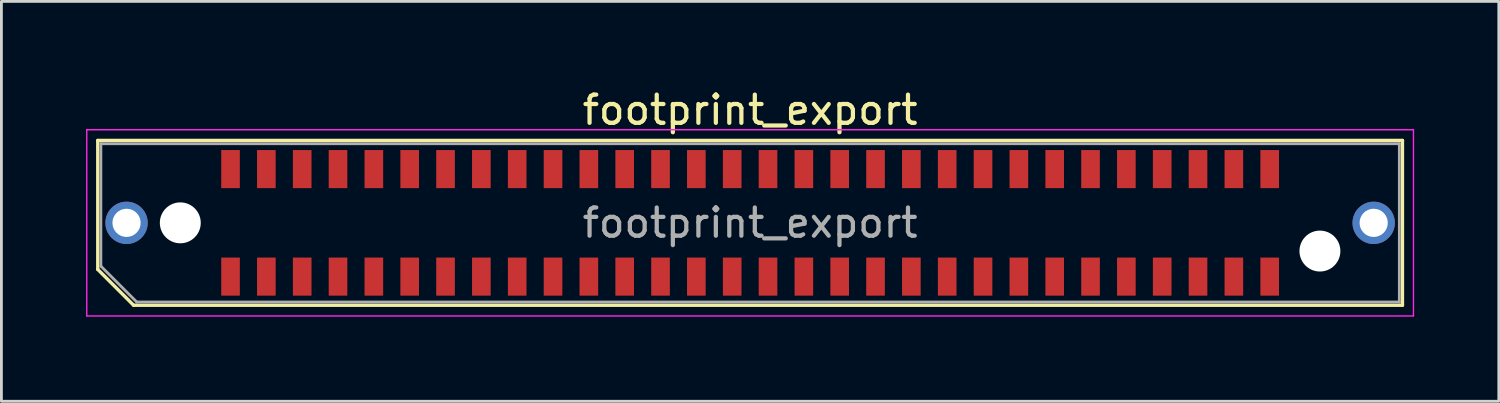
<source format=kicad_pcb>
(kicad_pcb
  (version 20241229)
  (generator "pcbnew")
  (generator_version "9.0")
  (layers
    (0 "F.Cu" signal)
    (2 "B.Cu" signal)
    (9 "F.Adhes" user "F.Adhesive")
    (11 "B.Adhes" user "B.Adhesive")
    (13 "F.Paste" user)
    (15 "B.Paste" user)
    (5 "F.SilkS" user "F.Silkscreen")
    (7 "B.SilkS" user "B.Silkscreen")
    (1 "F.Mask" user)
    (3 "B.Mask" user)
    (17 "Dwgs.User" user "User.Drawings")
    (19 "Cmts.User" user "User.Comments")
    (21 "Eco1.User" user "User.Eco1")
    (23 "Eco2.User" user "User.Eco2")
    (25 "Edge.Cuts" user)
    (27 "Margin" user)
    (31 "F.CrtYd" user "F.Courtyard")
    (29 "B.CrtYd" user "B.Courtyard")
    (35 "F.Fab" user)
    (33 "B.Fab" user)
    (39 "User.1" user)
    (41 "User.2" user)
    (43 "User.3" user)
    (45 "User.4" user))
  (footprint "footprint_export"
    (layer "F.Cu")
    (at 23.535 4.848)
    (property "Reference" "footprint_export" (at 0 -4 0) (layer "F.SilkS") (effects (font (size 1 1) (thickness 0.15))))
    (attr smd)
    (fp_line (start -23.12 -2.92) (end 23.12 -2.92) (stroke (width 0.12) (type solid)) (layer "F.SilkS"))
    (fp_line (start -23.12 1.65) (end -23.12 -2.92) (stroke (width 0.12) (type solid)) (layer "F.SilkS"))
    (fp_line (start -21.85 2.92) (end -23.12 1.65) (stroke (width 0.12) (type solid)) (layer "F.SilkS"))
    (fp_line (start -21.85 2.92) (end 23.12 2.92) (stroke (width 0.12) (type solid)) (layer "F.SilkS"))
    (fp_line (start 23.12 2.92) (end 23.12 -2.92) (stroke (width 0.12) (type solid)) (layer "F.SilkS"))
    (fp_line (start -23.51 -3.3) (end -23.51 3.3) (stroke (width 0.05) (type solid)) (layer "F.CrtYd"))
    (fp_line (start -23.51 3.3) (end 23.51 3.3) (stroke (width 0.05) (type solid)) (layer "F.CrtYd"))
    (fp_line (start 23.51 -3.3) (end -23.51 -3.3) (stroke (width 0.05) (type solid)) (layer "F.CrtYd"))
    (fp_line (start 23.51 3.3) (end 23.51 -3.3) (stroke (width 0.05) (type solid)) (layer "F.CrtYd"))
    (fp_line (start -23.01 -2.805) (end 23.01 -2.805) (stroke (width 0.1) (type solid)) (layer "F.Fab"))
    (fp_line (start -23.01 1.535) (end -23.01 -2.805) (stroke (width 0.1) (type solid)) (layer "F.Fab"))
    (fp_line (start -23.01 1.535) (end -21.74 2.805) (stroke (width 0.1) (type solid)) (layer "F.Fab"))
    (fp_line (start -21.74 2.805) (end 23.01 2.805) (stroke (width 0.1) (type solid)) (layer "F.Fab"))
    (fp_line (start 23.01 2.805) (end 23.01 -2.805) (stroke (width 0.1) (type solid)) (layer "F.Fab"))
    (fp_text user "${REFERENCE}" (at 0 0 0) (layer "F.Fab") (effects (font (size 1 1) (thickness 0.15))))
    (pad "" thru_hole circle (at -22.1 0) (size 1.5 1.5) (drill 1) (layers "*.Cu" "*.Mask"))
    (pad "" np_thru_hole circle (at -20.195 0) (size 1.45 1.45) (drill 1.45) (layers "*.Cu" "*.Mask"))
    (pad "" np_thru_hole circle (at 20.195 1) (size 1.45 1.45) (drill 1.45) (layers "*.Cu" "*.Mask"))
    (pad "" thru_hole circle (at 22.1 0) (size 1.5 1.5) (drill 1) (layers "*.Cu" "*.Mask"))
    (pad "1" smd rect (at -18.415 1.905) (size 0.66 1.35) (layers "F.Cu" "F.Mask" "F.Paste"))
    (pad "2" smd rect (at -18.415 -1.905) (size 0.66 1.35) (layers "F.Cu" "F.Mask" "F.Paste"))
    (pad "3" smd rect (at -17.145 1.905) (size 0.66 1.35) (layers "F.Cu" "F.Mask" "F.Paste"))
    (pad "4" smd rect (at -17.145 -1.905) (size 0.66 1.35) (layers "F.Cu" "F.Mask" "F.Paste"))
    (pad "5" smd rect (at -15.875 1.905) (size 0.66 1.35) (layers "F.Cu" "F.Mask" "F.Paste"))
    (pad "6" smd rect (at -15.875 -1.905) (size 0.66 1.35) (layers "F.Cu" "F.Mask" "F.Paste"))
    (pad "7" smd rect (at -14.605 1.905) (size 0.66 1.35) (layers "F.Cu" "F.Mask" "F.Paste"))
    (pad "8" smd rect (at -14.605 -1.905) (size 0.66 1.35) (layers "F.Cu" "F.Mask" "F.Paste"))
    (pad "9" smd rect (at -13.335 1.905) (size 0.66 1.35) (layers "F.Cu" "F.Mask" "F.Paste"))
    (pad "10" smd rect (at -13.335 -1.905) (size 0.66 1.35) (layers "F.Cu" "F.Mask" "F.Paste"))
    (pad "11" smd rect (at -12.065 1.905) (size 0.66 1.35) (layers "F.Cu" "F.Mask" "F.Paste"))
    (pad "12" smd rect (at -12.065 -1.905) (size 0.66 1.35) (layers "F.Cu" "F.Mask" "F.Paste"))
    (pad "13" smd rect (at -10.795 1.905) (size 0.66 1.35) (layers "F.Cu" "F.Mask" "F.Paste"))
    (pad "14" smd rect (at -10.795 -1.905) (size 0.66 1.35) (layers "F.Cu" "F.Mask" "F.Paste"))
    (pad "15" smd rect (at -9.525 1.905) (size 0.66 1.35) (layers "F.Cu" "F.Mask" "F.Paste"))
    (pad "16" smd rect (at -9.525 -1.905) (size 0.66 1.35) (layers "F.Cu" "F.Mask" "F.Paste"))
    (pad "17" smd rect (at -8.255 1.905) (size 0.66 1.35) (layers "F.Cu" "F.Mask" "F.Paste"))
    (pad "18" smd rect (at -8.255 -1.905) (size 0.66 1.35) (layers "F.Cu" "F.Mask" "F.Paste"))
    (pad "19" smd rect (at -6.985 1.905) (size 0.66 1.35) (layers "F.Cu" "F.Mask" "F.Paste"))
    (pad "20" smd rect (at -6.985 -1.905) (size 0.66 1.35) (layers "F.Cu" "F.Mask" "F.Paste"))
    (pad "21" smd rect (at -5.715 1.905) (size 0.66 1.35) (layers "F.Cu" "F.Mask" "F.Paste"))
    (pad "22" smd rect (at -5.715 -1.905) (size 0.66 1.35) (layers "F.Cu" "F.Mask" "F.Paste"))
    (pad "23" smd rect (at -4.445 1.905) (size 0.66 1.35) (layers "F.Cu" "F.Mask" "F.Paste"))
    (pad "24" smd rect (at -4.445 -1.905) (size 0.66 1.35) (layers "F.Cu" "F.Mask" "F.Paste"))
    (pad "25" smd rect (at -3.175 1.905) (size 0.66 1.35) (layers "F.Cu" "F.Mask" "F.Paste"))
    (pad "26" smd rect (at -3.175 -1.905) (size 0.66 1.35) (layers "F.Cu" "F.Mask" "F.Paste"))
    (pad "27" smd rect (at -1.905 1.905) (size 0.66 1.35) (layers "F.Cu" "F.Mask" "F.Paste"))
    (pad "28" smd rect (at -1.905 -1.905) (size 0.66 1.35) (layers "F.Cu" "F.Mask" "F.Paste"))
    (pad "29" smd rect (at -0.635 1.905) (size 0.66 1.35) (layers "F.Cu" "F.Mask" "F.Paste"))
    (pad "30" smd rect (at -0.635 -1.905) (size 0.66 1.35) (layers "F.Cu" "F.Mask" "F.Paste"))
    (pad "31" smd rect (at 0.635 1.905) (size 0.66 1.35) (layers "F.Cu" "F.Mask" "F.Paste"))
    (pad "32" smd rect (at 0.635 -1.905) (size 0.66 1.35) (layers "F.Cu" "F.Mask" "F.Paste"))
    (pad "33" smd rect (at 1.905 1.905) (size 0.66 1.35) (layers "F.Cu" "F.Mask" "F.Paste"))
    (pad "34" smd rect (at 1.905 -1.905) (size 0.66 1.35) (layers "F.Cu" "F.Mask" "F.Paste"))
    (pad "35" smd rect (at 3.175 1.905) (size 0.66 1.35) (layers "F.Cu" "F.Mask" "F.Paste"))
    (pad "36" smd rect (at 3.175 -1.905) (size 0.66 1.35) (layers "F.Cu" "F.Mask" "F.Paste"))
    (pad "37" smd rect (at 4.445 1.905) (size 0.66 1.35) (layers "F.Cu" "F.Mask" "F.Paste"))
    (pad "38" smd rect (at 4.445 -1.905) (size 0.66 1.35) (layers "F.Cu" "F.Mask" "F.Paste"))
    (pad "39" smd rect (at 5.715 1.905) (size 0.66 1.35) (layers "F.Cu" "F.Mask" "F.Paste"))
    (pad "40" smd rect (at 5.715 -1.905) (size 0.66 1.35) (layers "F.Cu" "F.Mask" "F.Paste"))
    (pad "41" smd rect (at 6.985 1.905) (size 0.66 1.35) (layers "F.Cu" "F.Mask" "F.Paste"))
    (pad "42" smd rect (at 6.985 -1.905) (size 0.66 1.35) (layers "F.Cu" "F.Mask" "F.Paste"))
    (pad "43" smd rect (at 8.255 1.905) (size 0.66 1.35) (layers "F.Cu" "F.Mask" "F.Paste"))
    (pad "44" smd rect (at 8.255 -1.905) (size 0.66 1.35) (layers "F.Cu" "F.Mask" "F.Paste"))
    (pad "45" smd rect (at 9.525 1.905) (size 0.66 1.35) (layers "F.Cu" "F.Mask" "F.Paste"))
    (pad "46" smd rect (at 9.525 -1.905) (size 0.66 1.35) (layers "F.Cu" "F.Mask" "F.Paste"))
    (pad "47" smd rect (at 10.795 1.905) (size 0.66 1.35) (layers "F.Cu" "F.Mask" "F.Paste"))
    (pad "48" smd rect (at 10.795 -1.905) (size 0.66 1.35) (layers "F.Cu" "F.Mask" "F.Paste"))
    (pad "49" smd rect (at 12.065 1.905) (size 0.66 1.35) (layers "F.Cu" "F.Mask" "F.Paste"))
    (pad "50" smd rect (at 12.065 -1.905) (size 0.66 1.35) (layers "F.Cu" "F.Mask" "F.Paste"))
    (pad "51" smd rect (at 13.335 1.905) (size 0.66 1.35) (layers "F.Cu" "F.Mask" "F.Paste"))
    (pad "52" smd rect (at 13.335 -1.905) (size 0.66 1.35) (layers "F.Cu" "F.Mask" "F.Paste"))
    (pad "53" smd rect (at 14.605 1.905) (size 0.66 1.35) (layers "F.Cu" "F.Mask" "F.Paste"))
    (pad "54" smd rect (at 14.605 -1.905) (size 0.66 1.35) (layers "F.Cu" "F.Mask" "F.Paste"))
    (pad "55" smd rect (at 15.875 1.905) (size 0.66 1.35) (layers "F.Cu" "F.Mask" "F.Paste"))
    (pad "56" smd rect (at 15.875 -1.905) (size 0.66 1.35) (layers "F.Cu" "F.Mask" "F.Paste"))
    (pad "57" smd rect (at 17.145 1.905) (size 0.66 1.35) (layers "F.Cu" "F.Mask" "F.Paste"))
    (pad "58" smd rect (at 17.145 -1.905) (size 0.66 1.35) (layers "F.Cu" "F.Mask" "F.Paste"))
    (pad "59" smd rect (at 18.415 1.905) (size 0.66 1.35) (layers "F.Cu" "F.Mask" "F.Paste"))
    (pad "60" smd rect (at 18.415 -1.905) (size 0.66 1.35) (layers "F.Cu" "F.Mask" "F.Paste")))
  (gr_rect
    (start -3 -3)
    (end 50.07 11.173)
    (stroke (width 0.1) (type default))
    (fill no)
    (layer "Edge.Cuts")))
</source>
